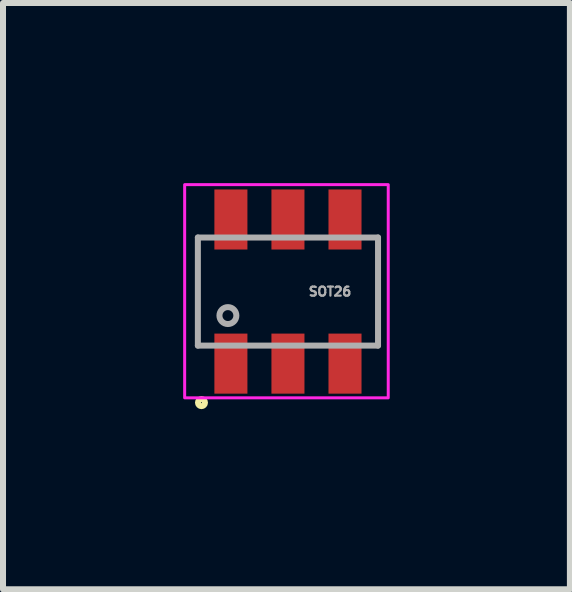
<source format=kicad_pcb>
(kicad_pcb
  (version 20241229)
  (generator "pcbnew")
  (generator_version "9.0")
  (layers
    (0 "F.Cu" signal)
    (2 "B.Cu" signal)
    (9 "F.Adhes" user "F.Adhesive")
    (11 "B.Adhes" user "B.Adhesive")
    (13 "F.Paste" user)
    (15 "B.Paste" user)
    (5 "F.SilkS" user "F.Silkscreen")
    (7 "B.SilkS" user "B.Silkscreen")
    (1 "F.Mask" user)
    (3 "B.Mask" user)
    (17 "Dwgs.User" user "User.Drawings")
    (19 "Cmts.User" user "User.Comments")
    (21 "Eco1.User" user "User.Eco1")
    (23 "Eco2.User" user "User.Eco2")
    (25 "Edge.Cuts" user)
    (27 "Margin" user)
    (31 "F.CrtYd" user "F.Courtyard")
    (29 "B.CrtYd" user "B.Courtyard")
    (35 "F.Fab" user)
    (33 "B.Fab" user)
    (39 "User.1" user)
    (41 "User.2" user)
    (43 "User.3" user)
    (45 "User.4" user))
  (footprint "SOT26"
    (layer "F.Cu")
    (at 1.745 1.805)
    (property "Reference" "SOT26" (at 0.7 0 0) (layer "F.Fab") (effects (font (size 0.15 0.15) (thickness 0.037))))
    (attr through_hole)
    (fp_circle (center -1.44 1.85) (end -1.41 1.9) (stroke (width 0.1) (type default)) (fill no) (layer "F.SilkS"))
    (fp_rect (start -1.72 -1.78) (end 1.67 1.77) (stroke (width 0.05) (type default)) (fill no) (layer "F.CrtYd"))
    (fp_line (start -1.5 -0.9) (end 1.5 -0.9) (stroke (width 0.1) (type solid)) (layer "F.Fab"))
    (fp_line (start -1.5 0.9) (end -1.5 -0.9) (stroke (width 0.1) (type solid)) (layer "F.Fab"))
    (fp_line (start 1.5 -0.9) (end 1.5 0.9) (stroke (width 0.1) (type solid)) (layer "F.Fab"))
    (fp_line (start 1.5 0.9) (end -1.5 0.9) (stroke (width 0.1) (type solid)) (layer "F.Fab"))
    (fp_circle (center -1 0.4) (end -0.859 0.4) (stroke (width 0.1) (type solid)) (fill no) (layer "F.Fab"))
    (pad "1" smd rect (at -0.95 1.2) (size 0.55 1) (layers "F.Cu" "F.Mask" "F.Paste"))
    (pad "2" smd rect (at 0 1.2) (size 0.55 1) (layers "F.Cu" "F.Mask" "F.Paste"))
    (pad "3" smd rect (at 0.95 1.2) (size 0.55 1) (layers "F.Cu" "F.Mask" "F.Paste"))
    (pad "4" smd rect (at 0.95 -1.2) (size 0.55 1) (layers "F.Cu" "F.Mask" "F.Paste"))
    (pad "5" smd rect (at 0 -1.2) (size 0.55 1) (layers "F.Cu" "F.Mask" "F.Paste"))
    (pad "6" smd rect (at -0.95 -1.2) (size 0.55 1) (layers "F.Cu" "F.Mask" "F.Paste")))
  (gr_rect
    (start -3 -3)
    (end 6.44 6.763)
    (stroke (width 0.1) (type default))
    (fill no)
    (layer "Edge.Cuts")))
</source>
